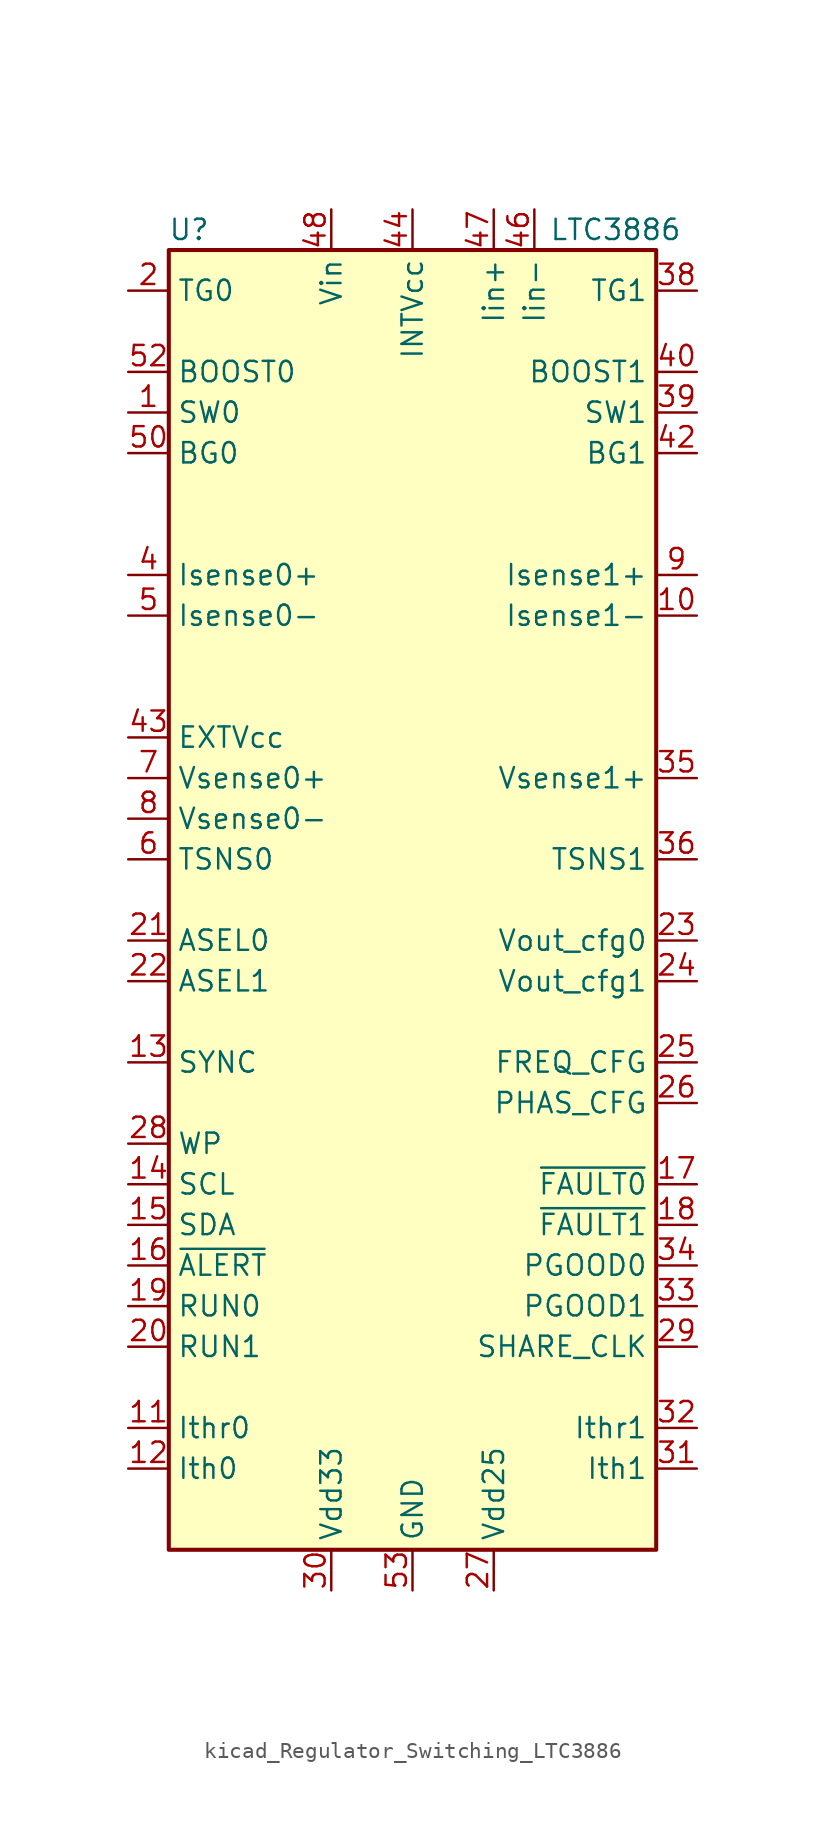
<source format=kicad_sym>
(kicad_symbol_lib
  (version 20220914)
  (generator kicad_symbol_editor)
  (symbol "kicad_Regulator_Switching_LTC3886"
    (property "Reference" "U"
      (at -13.97 3.81 0)
      (effects (font (size 1.27 1.27))))
    (property "Value" "LTC3886"
      (at 12.7 3.81 0)
      (effects (font (size 1.27 1.27))))
    (symbol "kicad_Regulator_Switching_LTC3886_0_1"
      (rectangle (start -15.24 2.54) (end 15.24 -78.74) (stroke (width 0.254) (type default)) (fill (type background))))
    (symbol "kicad_Regulator_Switching_LTC3886_1_1"
      (pin output line (at -17.78 -7.62 0) (length 2.54) (name "SW0" (effects (font (size 1.27 1.27)))) (number "1" (effects (font (size 1.27 1.27)))))
      (pin input line (at 17.78 -20.32 180) (length 2.54) (name "Isense1-" (effects (font (size 1.27 1.27)))) (number "10" (effects (font (size 1.27 1.27)))))
      (pin input line (at -17.78 -71.12 0) (length 2.54) (name "Ithr0" (effects (font (size 1.27 1.27)))) (number "11" (effects (font (size 1.27 1.27)))))
      (pin input line (at -17.78 -73.66 0) (length 2.54) (name "Ith0" (effects (font (size 1.27 1.27)))) (number "12" (effects (font (size 1.27 1.27)))))
      (pin input line (at -17.78 -48.26 0) (length 2.54) (name "SYNC" (effects (font (size 1.27 1.27)))) (number "13" (effects (font (size 1.27 1.27)))))
      (pin input line (at -17.78 -55.88 0) (length 2.54) (name "SCL" (effects (font (size 1.27 1.27)))) (number "14" (effects (font (size 1.27 1.27)))))
      (pin bidirectional line (at -17.78 -58.42 0) (length 2.54) (name "SDA" (effects (font (size 1.27 1.27)))) (number "15" (effects (font (size 1.27 1.27)))))
      (pin output line (at -17.78 -60.96 0) (length 2.54) (name "~{ALERT}" (effects (font (size 1.27 1.27)))) (number "16" (effects (font (size 1.27 1.27)))))
      (pin output line (at 17.78 -55.88 180) (length 2.54) (name "~{FAULT0}" (effects (font (size 1.27 1.27)))) (number "17" (effects (font (size 1.27 1.27)))))
      (pin output line (at 17.78 -58.42 180) (length 2.54) (name "~{FAULT1}" (effects (font (size 1.27 1.27)))) (number "18" (effects (font (size 1.27 1.27)))))
      (pin input line (at -17.78 -63.5 0) (length 2.54) (name "RUN0" (effects (font (size 1.27 1.27)))) (number "19" (effects (font (size 1.27 1.27)))))
      (pin output line (at -17.78 0 0) (length 2.54) (name "TG0" (effects (font (size 1.27 1.27)))) (number "2" (effects (font (size 1.27 1.27)))))
      (pin input line (at -17.78 -66.04 0) (length 2.54) (name "RUN1" (effects (font (size 1.27 1.27)))) (number "20" (effects (font (size 1.27 1.27)))))
      (pin input line (at -17.78 -40.64 0) (length 2.54) (name "ASEL0" (effects (font (size 1.27 1.27)))) (number "21" (effects (font (size 1.27 1.27)))))
      (pin input line (at -17.78 -43.18 0) (length 2.54) (name "ASEL1" (effects (font (size 1.27 1.27)))) (number "22" (effects (font (size 1.27 1.27)))))
      (pin input line (at 17.78 -40.64 180) (length 2.54) (name "Vout_cfg0" (effects (font (size 1.27 1.27)))) (number "23" (effects (font (size 1.27 1.27)))))
      (pin input line (at 17.78 -43.18 180) (length 2.54) (name "Vout_cfg1" (effects (font (size 1.27 1.27)))) (number "24" (effects (font (size 1.27 1.27)))))
      (pin input line (at 17.78 -48.26 180) (length 2.54) (name "FREQ_CFG" (effects (font (size 1.27 1.27)))) (number "25" (effects (font (size 1.27 1.27)))))
      (pin input line (at 17.78 -50.8 180) (length 2.54) (name "PHAS_CFG" (effects (font (size 1.27 1.27)))) (number "26" (effects (font (size 1.27 1.27)))))
      (pin power_out line (at 5.08 -81.28 90) (length 2.54) (name "Vdd25" (effects (font (size 1.27 1.27)))) (number "27" (effects (font (size 1.27 1.27)))))
      (pin input line (at -17.78 -53.34 0) (length 2.54) (name "WP" (effects (font (size 1.27 1.27)))) (number "28" (effects (font (size 1.27 1.27)))))
      (pin input line (at 17.78 -66.04 180) (length 2.54) (name "SHARE_CLK" (effects (font (size 1.27 1.27)))) (number "29" (effects (font (size 1.27 1.27)))))
      (pin power_out line (at -5.08 -81.28 90) (length 2.54) (name "Vdd33" (effects (font (size 1.27 1.27)))) (number "30" (effects (font (size 1.27 1.27)))))
      (pin input line (at 17.78 -73.66 180) (length 2.54) (name "Ith1" (effects (font (size 1.27 1.27)))) (number "31" (effects (font (size 1.27 1.27)))))
      (pin input line (at 17.78 -71.12 180) (length 2.54) (name "Ithr1" (effects (font (size 1.27 1.27)))) (number "32" (effects (font (size 1.27 1.27)))))
      (pin output line (at 17.78 -63.5 180) (length 2.54) (name "PGOOD1" (effects (font (size 1.27 1.27)))) (number "33" (effects (font (size 1.27 1.27)))))
      (pin output line (at 17.78 -60.96 180) (length 2.54) (name "PGOOD0" (effects (font (size 1.27 1.27)))) (number "34" (effects (font (size 1.27 1.27)))))
      (pin input line (at 17.78 -30.48 180) (length 2.54) (name "Vsense1+" (effects (font (size 1.27 1.27)))) (number "35" (effects (font (size 1.27 1.27)))))
      (pin input line (at 17.78 -35.56 180) (length 2.54) (name "TSNS1" (effects (font (size 1.27 1.27)))) (number "36" (effects (font (size 1.27 1.27)))))
      (pin output line (at 17.78 0 180) (length 2.54) (name "TG1" (effects (font (size 1.27 1.27)))) (number "38" (effects (font (size 1.27 1.27)))))
      (pin output line (at 17.78 -7.62 180) (length 2.54) (name "SW1" (effects (font (size 1.27 1.27)))) (number "39" (effects (font (size 1.27 1.27)))))
      (pin input line (at -17.78 -17.78 0) (length 2.54) (name "Isense0+" (effects (font (size 1.27 1.27)))) (number "4" (effects (font (size 1.27 1.27)))))
      (pin output line (at 17.78 -5.08 180) (length 2.54) (name "BOOST1" (effects (font (size 1.27 1.27)))) (number "40" (effects (font (size 1.27 1.27)))))
      (pin output line (at 17.78 -10.16 180) (length 2.54) (name "BG1" (effects (font (size 1.27 1.27)))) (number "42" (effects (font (size 1.27 1.27)))))
      (pin power_in line (at -17.78 -27.94 0) (length 2.54) (name "EXTVcc" (effects (font (size 1.27 1.27)))) (number "43" (effects (font (size 1.27 1.27)))))
      (pin power_out line (at 0 5.08 270) (length 2.54) (name "INTVcc" (effects (font (size 1.27 1.27)))) (number "44" (effects (font (size 1.27 1.27)))))
      (pin input line (at 7.62 5.08 270) (length 2.54) (name "Iin-" (effects (font (size 1.27 1.27)))) (number "46" (effects (font (size 1.27 1.27)))))
      (pin input line (at 5.08 5.08 270) (length 2.54) (name "Iin+" (effects (font (size 1.27 1.27)))) (number "47" (effects (font (size 1.27 1.27)))))
      (pin power_in line (at -5.08 5.08 270) (length 2.54) (name "Vin" (effects (font (size 1.27 1.27)))) (number "48" (effects (font (size 1.27 1.27)))))
      (pin input line (at -17.78 -20.32 0) (length 2.54) (name "Isense0-" (effects (font (size 1.27 1.27)))) (number "5" (effects (font (size 1.27 1.27)))))
      (pin output line (at -17.78 -10.16 0) (length 2.54) (name "BG0" (effects (font (size 1.27 1.27)))) (number "50" (effects (font (size 1.27 1.27)))))
      (pin output line (at -17.78 -5.08 0) (length 2.54) (name "BOOST0" (effects (font (size 1.27 1.27)))) (number "52" (effects (font (size 1.27 1.27)))))
      (pin power_in line (at 0 -81.28 90) (length 2.54) (name "GND" (effects (font (size 1.27 1.27)))) (number "53" (effects (font (size 1.27 1.27)))))
      (pin input line (at -17.78 -35.56 0) (length 2.54) (name "TSNS0" (effects (font (size 1.27 1.27)))) (number "6" (effects (font (size 1.27 1.27)))))
      (pin input line (at -17.78 -30.48 0) (length 2.54) (name "Vsense0+" (effects (font (size 1.27 1.27)))) (number "7" (effects (font (size 1.27 1.27)))))
      (pin input line (at -17.78 -33.02 0) (length 2.54) (name "Vsense0-" (effects (font (size 1.27 1.27)))) (number "8" (effects (font (size 1.27 1.27)))))
      (pin input line (at 17.78 -17.78 180) (length 2.54) (name "Isense1+" (effects (font (size 1.27 1.27)))) (number "9" (effects (font (size 1.27 1.27))))))))
</source>
